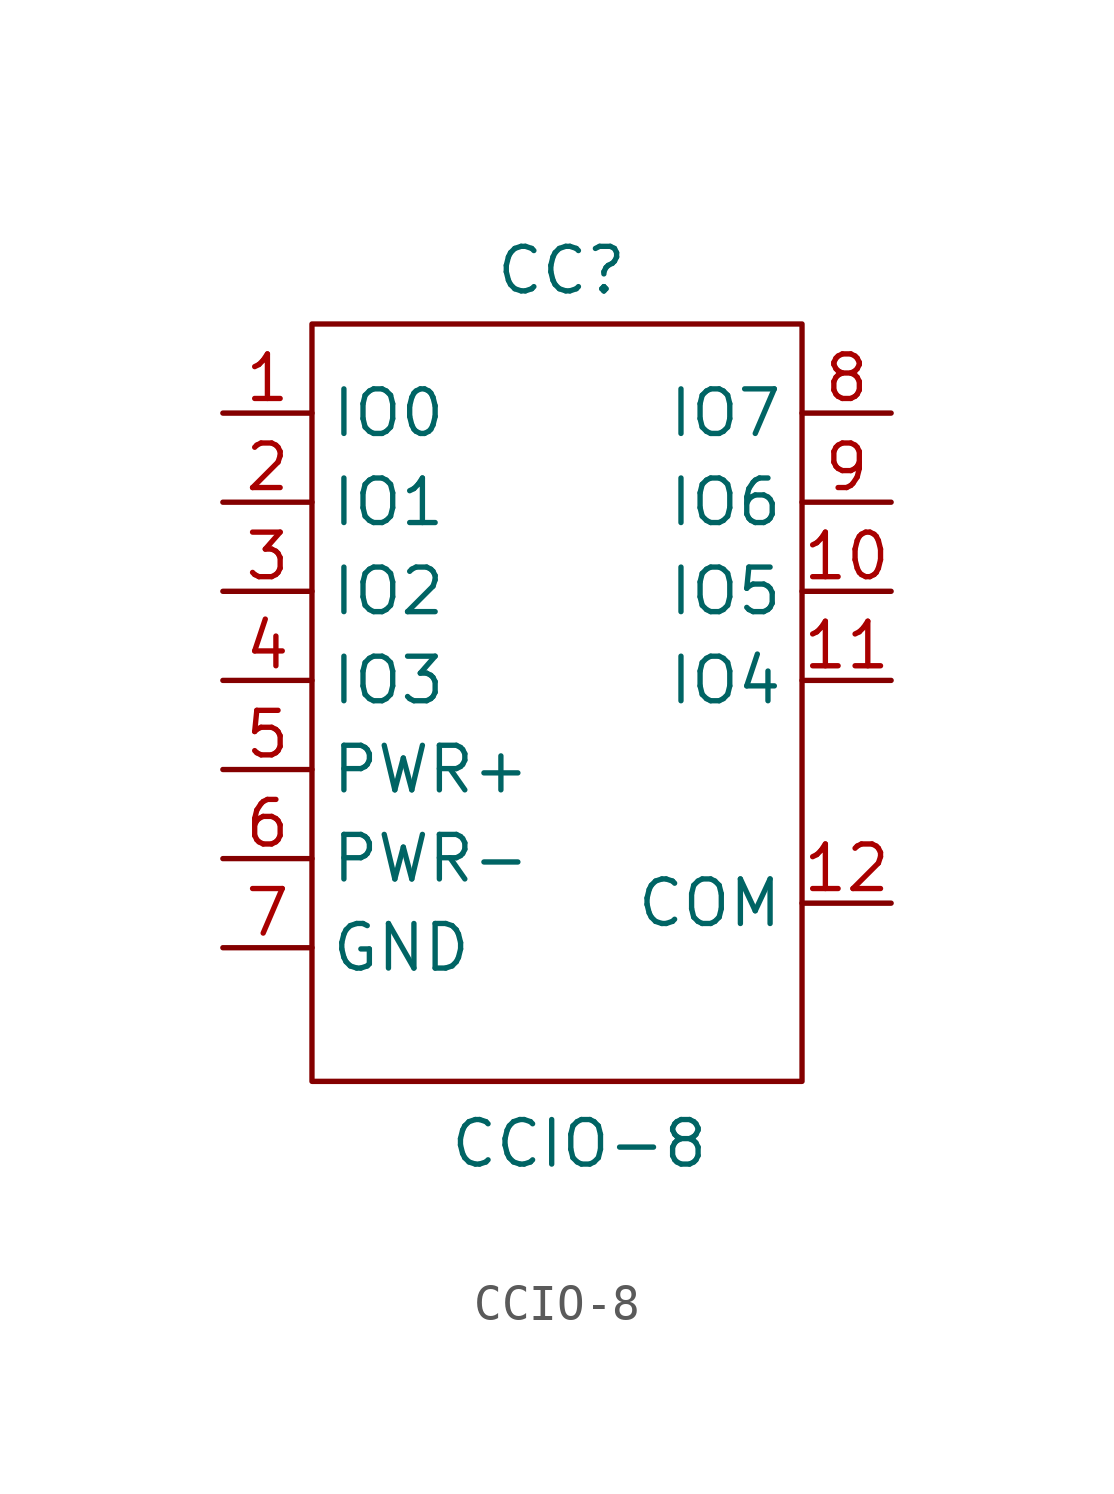
<source format=kicad_sym>
(kicad_symbol_lib
  (version 20241209)
  (generator "kicad_symbol_editor")
  (generator_version "9.0")
  (symbol "CCIO-8"
    (property "Reference" "CC"
      (at -0.508 11.684 0)
      (effects (font (size 1.27 1.27))))
    (property "Value" "CCIO-8"
      (at 0 -13.208 0)
      (effects (font (size 1.27 1.27))))
    (symbol "CCIO-8_0_1"
      (rectangle (start -7.62 10.16) (end 6.35 -11.43) (stroke (width 0) (type default)) (fill (type none))))
    (symbol "CCIO-8_1_0"
      (pin input line (at 8.89 7.62 180) (length 2.54) (name "IO7" (effects (font (size 1.27 1.27)))) (number "8" (effects (font (size 1.27 1.27)))))
      (pin input line (at 8.89 5.08 180) (length 2.54) (name "IO6" (effects (font (size 1.27 1.27)))) (number "9" (effects (font (size 1.27 1.27)))))
      (pin input line (at 8.89 2.54 180) (length 2.54) (name "IO5" (effects (font (size 1.27 1.27)))) (number "10" (effects (font (size 1.27 1.27))))))
    (symbol "CCIO-8_1_1"
      (pin input line (at -10.16 7.62 0) (length 2.54) (name "IO0" (effects (font (size 1.27 1.27)))) (number "1" (effects (font (size 1.27 1.27)))))
      (pin input line (at -10.16 5.08 0) (length 2.54) (name "IO1" (effects (font (size 1.27 1.27)))) (number "2" (effects (font (size 1.27 1.27)))))
      (pin input line (at -10.16 2.54 0) (length 2.54) (name "IO2" (effects (font (size 1.27 1.27)))) (number "3" (effects (font (size 1.27 1.27)))))
      (pin input line (at -10.16 0 0) (length 2.54) (name "IO3" (effects (font (size 1.27 1.27)))) (number "4" (effects (font (size 1.27 1.27)))))
      (pin power_in line (at -10.16 -2.54 0) (length 2.54) (name "PWR+" (effects (font (size 1.27 1.27)))) (number "5" (effects (font (size 1.27 1.27)))))
      (pin power_in line (at -10.16 -5.08 0) (length 2.54) (name "PWR-" (effects (font (size 1.27 1.27)))) (number "6" (effects (font (size 1.27 1.27)))))
      (pin power_in line (at -10.16 -7.62 0) (length 2.54) (name "GND" (effects (font (size 1.27 1.27)))) (number "7" (effects (font (size 1.27 1.27)))))
      (pin input line (at 8.89 0 180) (length 2.54) (name "IO4" (effects (font (size 1.27 1.27)))) (number "11" (effects (font (size 1.27 1.27)))))
      (pin input line (at 8.89 -6.35 180) (length 2.54) (name "COM" (effects (font (size 1.27 1.27)))) (number "12" (effects (font (size 1.27 1.27))))))))
</source>
